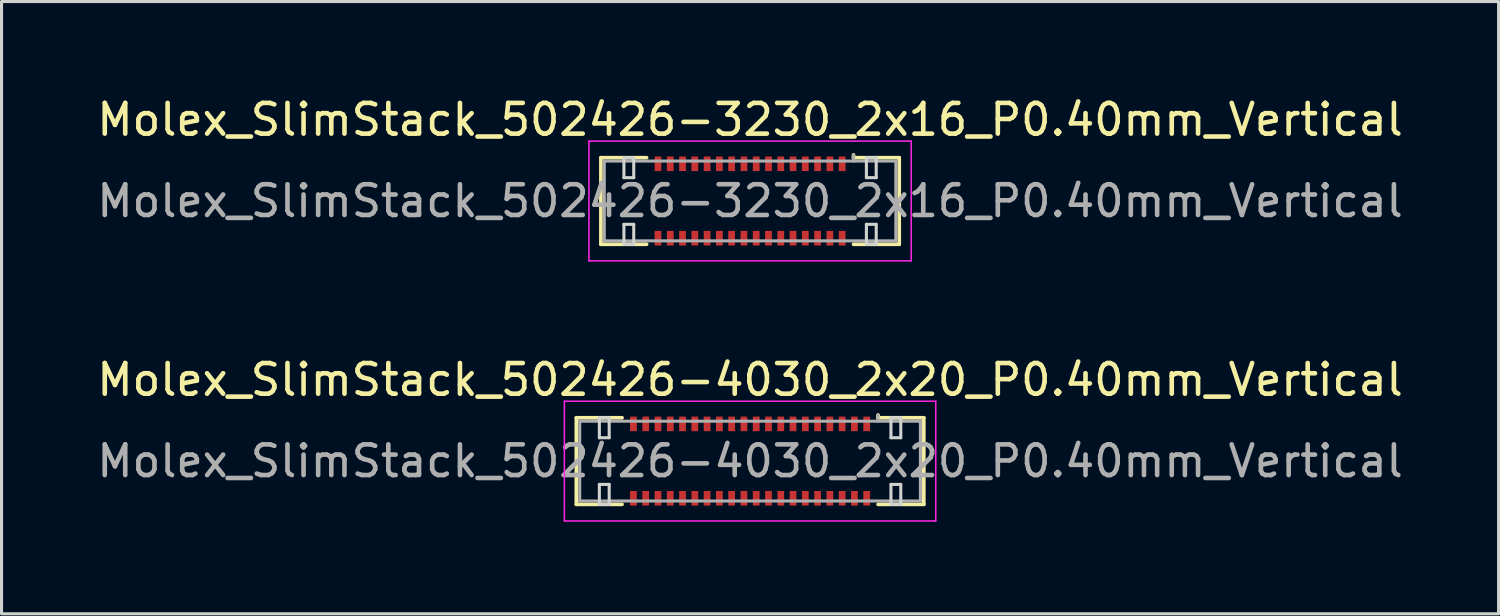
<source format=kicad_pcb>
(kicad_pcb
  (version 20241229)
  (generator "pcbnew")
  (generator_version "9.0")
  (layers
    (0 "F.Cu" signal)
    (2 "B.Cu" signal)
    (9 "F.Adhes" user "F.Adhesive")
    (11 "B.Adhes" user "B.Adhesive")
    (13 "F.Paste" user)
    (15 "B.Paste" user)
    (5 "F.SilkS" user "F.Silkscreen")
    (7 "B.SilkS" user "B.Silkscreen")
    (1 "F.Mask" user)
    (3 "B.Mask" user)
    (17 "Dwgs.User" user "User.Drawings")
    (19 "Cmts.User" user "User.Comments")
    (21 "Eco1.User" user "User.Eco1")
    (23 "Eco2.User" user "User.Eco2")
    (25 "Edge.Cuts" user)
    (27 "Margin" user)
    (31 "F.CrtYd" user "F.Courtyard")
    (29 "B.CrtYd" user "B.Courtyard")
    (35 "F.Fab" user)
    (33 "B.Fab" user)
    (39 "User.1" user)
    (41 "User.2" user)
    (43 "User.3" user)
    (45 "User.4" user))
  (footprint "Molex_SlimStack_502426-3230_2x16_P0.40mm_Vertical"
    (layer "F.Cu")
    (at 21.387 3.498)
    (property "Reference" "Molex_SlimStack_502426-3230_2x16_P0.40mm_Vertical" (at 0 -2.65 0) (layer "F.SilkS") (effects (font (size 1 1) (thickness 0.15))))
    (attr smd)
    (fp_line (start -4.86 -1.41) (end -3.37 -1.41) (stroke (width 0.12) (type solid)) (layer "F.SilkS"))
    (fp_line (start -4.86 1.41) (end -4.86 -1.41) (stroke (width 0.12) (type solid)) (layer "F.SilkS"))
    (fp_line (start -3.37 1.41) (end -4.86 1.41) (stroke (width 0.12) (type solid)) (layer "F.SilkS"))
    (fp_line (start 3.37 -1.41) (end 3.37 -1.5) (stroke (width 0.12) (type solid)) (layer "F.SilkS"))
    (fp_line (start 3.37 1.41) (end 4.86 1.41) (stroke (width 0.12) (type solid)) (layer "F.SilkS"))
    (fp_line (start 4.86 -1.41) (end 3.37 -1.41) (stroke (width 0.12) (type solid)) (layer "F.SilkS"))
    (fp_line (start 4.86 1.41) (end 4.86 -1.41) (stroke (width 0.12) (type solid)) (layer "F.SilkS"))
    (fp_line (start -4.11 -1.41) (end -4.11 -0.76) (stroke (width 0.1) (type solid)) (layer "Edge.Cuts"))
    (fp_line (start -4.11 -0.76) (end -3.79 -0.76) (stroke (width 0.1) (type solid)) (layer "Edge.Cuts"))
    (fp_line (start -4.11 0.76) (end -4.11 1.41) (stroke (width 0.1) (type solid)) (layer "Edge.Cuts"))
    (fp_line (start -4.11 1.41) (end -3.79 1.41) (stroke (width 0.1) (type solid)) (layer "Edge.Cuts"))
    (fp_line (start -3.79 -1.41) (end -4.11 -1.41) (stroke (width 0.1) (type solid)) (layer "Edge.Cuts"))
    (fp_line (start -3.79 -0.76) (end -3.79 -1.41) (stroke (width 0.1) (type solid)) (layer "Edge.Cuts"))
    (fp_line (start -3.79 0.76) (end -4.11 0.76) (stroke (width 0.1) (type solid)) (layer "Edge.Cuts"))
    (fp_line (start -3.79 1.41) (end -3.79 0.76) (stroke (width 0.1) (type solid)) (layer "Edge.Cuts"))
    (fp_line (start 3.79 -1.41) (end 3.79 -0.76) (stroke (width 0.1) (type solid)) (layer "Edge.Cuts"))
    (fp_line (start 3.79 -0.76) (end 4.11 -0.76) (stroke (width 0.1) (type solid)) (layer "Edge.Cuts"))
    (fp_line (start 3.79 0.76) (end 3.79 1.41) (stroke (width 0.1) (type solid)) (layer "Edge.Cuts"))
    (fp_line (start 3.79 1.41) (end 4.11 1.41) (stroke (width 0.1) (type solid)) (layer "Edge.Cuts"))
    (fp_line (start 4.11 -1.41) (end 3.79 -1.41) (stroke (width 0.1) (type solid)) (layer "Edge.Cuts"))
    (fp_line (start 4.11 -0.76) (end 4.11 -1.41) (stroke (width 0.1) (type solid)) (layer "Edge.Cuts"))
    (fp_line (start 4.11 0.76) (end 3.79 0.76) (stroke (width 0.1) (type solid)) (layer "Edge.Cuts"))
    (fp_line (start 4.11 1.41) (end 4.11 0.76) (stroke (width 0.1) (type solid)) (layer "Edge.Cuts"))
    (fp_line (start -5.25 -1.95) (end -5.25 1.95) (stroke (width 0.05) (type solid)) (layer "F.CrtYd"))
    (fp_line (start -5.25 1.95) (end 5.25 1.95) (stroke (width 0.05) (type solid)) (layer "F.CrtYd"))
    (fp_line (start 5.25 -1.95) (end -5.25 -1.95) (stroke (width 0.05) (type solid)) (layer "F.CrtYd"))
    (fp_line (start 5.25 1.95) (end 5.25 -1.95) (stroke (width 0.05) (type solid)) (layer "F.CrtYd"))
    (fp_line (start -4.75 -1.3) (end -4.75 1.3) (stroke (width 0.1) (type solid)) (layer "F.Fab"))
    (fp_line (start -4.75 1.3) (end 4.75 1.3) (stroke (width 0.1) (type solid)) (layer "F.Fab"))
    (fp_line (start 3.37 -1.3) (end 3.37 -1.5) (stroke (width 0.1) (type solid)) (layer "F.Fab"))
    (fp_line (start 4.75 -1.3) (end -4.75 -1.3) (stroke (width 0.1) (type solid)) (layer "F.Fab"))
    (fp_line (start 4.75 1.3) (end 4.75 -1.3) (stroke (width 0.1) (type solid)) (layer "F.Fab"))
    (fp_text user "${REFERENCE}" (at 0 0 0) (layer "F.Fab") (effects (font (size 1 1) (thickness 0.15))))
    (pad "1" smd rect (at 3 -1.212) (size 0.22 0.475) (layers "F.Cu" "F.Mask" "F.Paste"))
    (pad "2" smd rect (at 3 1.212) (size 0.22 0.475) (layers "F.Cu" "F.Mask" "F.Paste"))
    (pad "3" smd rect (at 2.6 -1.212) (size 0.22 0.475) (layers "F.Cu" "F.Mask" "F.Paste"))
    (pad "4" smd rect (at 2.6 1.212) (size 0.22 0.475) (layers "F.Cu" "F.Mask" "F.Paste"))
    (pad "5" smd rect (at 2.2 -1.212) (size 0.22 0.475) (layers "F.Cu" "F.Mask" "F.Paste"))
    (pad "6" smd rect (at 2.2 1.212) (size 0.22 0.475) (layers "F.Cu" "F.Mask" "F.Paste"))
    (pad "7" smd rect (at 1.8 -1.212) (size 0.22 0.475) (layers "F.Cu" "F.Mask" "F.Paste"))
    (pad "8" smd rect (at 1.8 1.212) (size 0.22 0.475) (layers "F.Cu" "F.Mask" "F.Paste"))
    (pad "9" smd rect (at 1.4 -1.212) (size 0.22 0.475) (layers "F.Cu" "F.Mask" "F.Paste"))
    (pad "10" smd rect (at 1.4 1.212) (size 0.22 0.475) (layers "F.Cu" "F.Mask" "F.Paste"))
    (pad "11" smd rect (at 1 -1.212) (size 0.22 0.475) (layers "F.Cu" "F.Mask" "F.Paste"))
    (pad "12" smd rect (at 1 1.212) (size 0.22 0.475) (layers "F.Cu" "F.Mask" "F.Paste"))
    (pad "13" smd rect (at 0.6 -1.212) (size 0.22 0.475) (layers "F.Cu" "F.Mask" "F.Paste"))
    (pad "14" smd rect (at 0.6 1.212) (size 0.22 0.475) (layers "F.Cu" "F.Mask" "F.Paste"))
    (pad "15" smd rect (at 0.2 -1.212) (size 0.22 0.475) (layers "F.Cu" "F.Mask" "F.Paste"))
    (pad "16" smd rect (at 0.2 1.212) (size 0.22 0.475) (layers "F.Cu" "F.Mask" "F.Paste"))
    (pad "17" smd rect (at -0.2 -1.212) (size 0.22 0.475) (layers "F.Cu" "F.Mask" "F.Paste"))
    (pad "18" smd rect (at -0.2 1.212) (size 0.22 0.475) (layers "F.Cu" "F.Mask" "F.Paste"))
    (pad "19" smd rect (at -0.6 -1.212) (size 0.22 0.475) (layers "F.Cu" "F.Mask" "F.Paste"))
    (pad "20" smd rect (at -0.6 1.212) (size 0.22 0.475) (layers "F.Cu" "F.Mask" "F.Paste"))
    (pad "21" smd rect (at -1 -1.212) (size 0.22 0.475) (layers "F.Cu" "F.Mask" "F.Paste"))
    (pad "22" smd rect (at -1 1.212) (size 0.22 0.475) (layers "F.Cu" "F.Mask" "F.Paste"))
    (pad "23" smd rect (at -1.4 -1.212) (size 0.22 0.475) (layers "F.Cu" "F.Mask" "F.Paste"))
    (pad "24" smd rect (at -1.4 1.212) (size 0.22 0.475) (layers "F.Cu" "F.Mask" "F.Paste"))
    (pad "25" smd rect (at -1.8 -1.212) (size 0.22 0.475) (layers "F.Cu" "F.Mask" "F.Paste"))
    (pad "26" smd rect (at -1.8 1.212) (size 0.22 0.475) (layers "F.Cu" "F.Mask" "F.Paste"))
    (pad "27" smd rect (at -2.2 -1.212) (size 0.22 0.475) (layers "F.Cu" "F.Mask" "F.Paste"))
    (pad "28" smd rect (at -2.2 1.212) (size 0.22 0.475) (layers "F.Cu" "F.Mask" "F.Paste"))
    (pad "29" smd rect (at -2.6 -1.212) (size 0.22 0.475) (layers "F.Cu" "F.Mask" "F.Paste"))
    (pad "30" smd rect (at -2.6 1.212) (size 0.22 0.475) (layers "F.Cu" "F.Mask" "F.Paste"))
    (pad "31" smd rect (at -3 -1.212) (size 0.22 0.475) (layers "F.Cu" "F.Mask" "F.Paste"))
    (pad "32" smd rect (at -3 1.212) (size 0.22 0.475) (layers "F.Cu" "F.Mask" "F.Paste")))
  (footprint "Molex_SlimStack_502426-4030_2x20_P0.40mm_Vertical"
    (layer "F.Cu")
    (at 21.387 11.972)
    (property "Reference" "Molex_SlimStack_502426-4030_2x20_P0.40mm_Vertical" (at 0 -2.65 0) (layer "F.SilkS") (effects (font (size 1 1) (thickness 0.15))))
    (attr smd)
    (fp_line (start -5.66 -1.41) (end -4.17 -1.41) (stroke (width 0.12) (type solid)) (layer "F.SilkS"))
    (fp_line (start -5.66 1.41) (end -5.66 -1.41) (stroke (width 0.12) (type solid)) (layer "F.SilkS"))
    (fp_line (start -4.17 1.41) (end -5.66 1.41) (stroke (width 0.12) (type solid)) (layer "F.SilkS"))
    (fp_line (start 4.17 -1.41) (end 4.17 -1.5) (stroke (width 0.12) (type solid)) (layer "F.SilkS"))
    (fp_line (start 4.17 1.41) (end 5.66 1.41) (stroke (width 0.12) (type solid)) (layer "F.SilkS"))
    (fp_line (start 5.66 -1.41) (end 4.17 -1.41) (stroke (width 0.12) (type solid)) (layer "F.SilkS"))
    (fp_line (start 5.66 1.41) (end 5.66 -1.41) (stroke (width 0.12) (type solid)) (layer "F.SilkS"))
    (fp_line (start -4.91 -1.41) (end -4.91 -0.76) (stroke (width 0.1) (type solid)) (layer "Edge.Cuts"))
    (fp_line (start -4.91 -0.76) (end -4.59 -0.76) (stroke (width 0.1) (type solid)) (layer "Edge.Cuts"))
    (fp_line (start -4.91 0.76) (end -4.91 1.41) (stroke (width 0.1) (type solid)) (layer "Edge.Cuts"))
    (fp_line (start -4.91 1.41) (end -4.59 1.41) (stroke (width 0.1) (type solid)) (layer "Edge.Cuts"))
    (fp_line (start -4.59 -1.41) (end -4.91 -1.41) (stroke (width 0.1) (type solid)) (layer "Edge.Cuts"))
    (fp_line (start -4.59 -0.76) (end -4.59 -1.41) (stroke (width 0.1) (type solid)) (layer "Edge.Cuts"))
    (fp_line (start -4.59 0.76) (end -4.91 0.76) (stroke (width 0.1) (type solid)) (layer "Edge.Cuts"))
    (fp_line (start -4.59 1.41) (end -4.59 0.76) (stroke (width 0.1) (type solid)) (layer "Edge.Cuts"))
    (fp_line (start 4.59 -1.41) (end 4.59 -0.76) (stroke (width 0.1) (type solid)) (layer "Edge.Cuts"))
    (fp_line (start 4.59 -0.76) (end 4.91 -0.76) (stroke (width 0.1) (type solid)) (layer "Edge.Cuts"))
    (fp_line (start 4.59 0.76) (end 4.59 1.41) (stroke (width 0.1) (type solid)) (layer "Edge.Cuts"))
    (fp_line (start 4.59 1.41) (end 4.91 1.41) (stroke (width 0.1) (type solid)) (layer "Edge.Cuts"))
    (fp_line (start 4.91 -1.41) (end 4.59 -1.41) (stroke (width 0.1) (type solid)) (layer "Edge.Cuts"))
    (fp_line (start 4.91 -0.76) (end 4.91 -1.41) (stroke (width 0.1) (type solid)) (layer "Edge.Cuts"))
    (fp_line (start 4.91 0.76) (end 4.59 0.76) (stroke (width 0.1) (type solid)) (layer "Edge.Cuts"))
    (fp_line (start 4.91 1.41) (end 4.91 0.76) (stroke (width 0.1) (type solid)) (layer "Edge.Cuts"))
    (fp_line (start -6.05 -1.95) (end -6.05 1.95) (stroke (width 0.05) (type solid)) (layer "F.CrtYd"))
    (fp_line (start -6.05 1.95) (end 6.05 1.95) (stroke (width 0.05) (type solid)) (layer "F.CrtYd"))
    (fp_line (start 6.05 -1.95) (end -6.05 -1.95) (stroke (width 0.05) (type solid)) (layer "F.CrtYd"))
    (fp_line (start 6.05 1.95) (end 6.05 -1.95) (stroke (width 0.05) (type solid)) (layer "F.CrtYd"))
    (fp_line (start -5.55 -1.3) (end -5.55 1.3) (stroke (width 0.1) (type solid)) (layer "F.Fab"))
    (fp_line (start -5.55 1.3) (end 5.55 1.3) (stroke (width 0.1) (type solid)) (layer "F.Fab"))
    (fp_line (start 4.17 -1.3) (end 4.17 -1.5) (stroke (width 0.1) (type solid)) (layer "F.Fab"))
    (fp_line (start 5.55 -1.3) (end -5.55 -1.3) (stroke (width 0.1) (type solid)) (layer "F.Fab"))
    (fp_line (start 5.55 1.3) (end 5.55 -1.3) (stroke (width 0.1) (type solid)) (layer "F.Fab"))
    (fp_text user "${REFERENCE}" (at 0 0 0) (layer "F.Fab") (effects (font (size 1 1) (thickness 0.15))))
    (pad "1" smd rect (at 3.8 -1.212) (size 0.22 0.475) (layers "F.Cu" "F.Mask" "F.Paste"))
    (pad "2" smd rect (at 3.8 1.212) (size 0.22 0.475) (layers "F.Cu" "F.Mask" "F.Paste"))
    (pad "3" smd rect (at 3.4 -1.212) (size 0.22 0.475) (layers "F.Cu" "F.Mask" "F.Paste"))
    (pad "4" smd rect (at 3.4 1.212) (size 0.22 0.475) (layers "F.Cu" "F.Mask" "F.Paste"))
    (pad "5" smd rect (at 3 -1.212) (size 0.22 0.475) (layers "F.Cu" "F.Mask" "F.Paste"))
    (pad "6" smd rect (at 3 1.212) (size 0.22 0.475) (layers "F.Cu" "F.Mask" "F.Paste"))
    (pad "7" smd rect (at 2.6 -1.212) (size 0.22 0.475) (layers "F.Cu" "F.Mask" "F.Paste"))
    (pad "8" smd rect (at 2.6 1.212) (size 0.22 0.475) (layers "F.Cu" "F.Mask" "F.Paste"))
    (pad "9" smd rect (at 2.2 -1.212) (size 0.22 0.475) (layers "F.Cu" "F.Mask" "F.Paste"))
    (pad "10" smd rect (at 2.2 1.212) (size 0.22 0.475) (layers "F.Cu" "F.Mask" "F.Paste"))
    (pad "11" smd rect (at 1.8 -1.212) (size 0.22 0.475) (layers "F.Cu" "F.Mask" "F.Paste"))
    (pad "12" smd rect (at 1.8 1.212) (size 0.22 0.475) (layers "F.Cu" "F.Mask" "F.Paste"))
    (pad "13" smd rect (at 1.4 -1.212) (size 0.22 0.475) (layers "F.Cu" "F.Mask" "F.Paste"))
    (pad "14" smd rect (at 1.4 1.212) (size 0.22 0.475) (layers "F.Cu" "F.Mask" "F.Paste"))
    (pad "15" smd rect (at 1 -1.212) (size 0.22 0.475) (layers "F.Cu" "F.Mask" "F.Paste"))
    (pad "16" smd rect (at 1 1.212) (size 0.22 0.475) (layers "F.Cu" "F.Mask" "F.Paste"))
    (pad "17" smd rect (at 0.6 -1.212) (size 0.22 0.475) (layers "F.Cu" "F.Mask" "F.Paste"))
    (pad "18" smd rect (at 0.6 1.212) (size 0.22 0.475) (layers "F.Cu" "F.Mask" "F.Paste"))
    (pad "19" smd rect (at 0.2 -1.212) (size 0.22 0.475) (layers "F.Cu" "F.Mask" "F.Paste"))
    (pad "20" smd rect (at 0.2 1.212) (size 0.22 0.475) (layers "F.Cu" "F.Mask" "F.Paste"))
    (pad "21" smd rect (at -0.2 -1.212) (size 0.22 0.475) (layers "F.Cu" "F.Mask" "F.Paste"))
    (pad "22" smd rect (at -0.2 1.212) (size 0.22 0.475) (layers "F.Cu" "F.Mask" "F.Paste"))
    (pad "23" smd rect (at -0.6 -1.212) (size 0.22 0.475) (layers "F.Cu" "F.Mask" "F.Paste"))
    (pad "24" smd rect (at -0.6 1.212) (size 0.22 0.475) (layers "F.Cu" "F.Mask" "F.Paste"))
    (pad "25" smd rect (at -1 -1.212) (size 0.22 0.475) (layers "F.Cu" "F.Mask" "F.Paste"))
    (pad "26" smd rect (at -1 1.212) (size 0.22 0.475) (layers "F.Cu" "F.Mask" "F.Paste"))
    (pad "27" smd rect (at -1.4 -1.212) (size 0.22 0.475) (layers "F.Cu" "F.Mask" "F.Paste"))
    (pad "28" smd rect (at -1.4 1.212) (size 0.22 0.475) (layers "F.Cu" "F.Mask" "F.Paste"))
    (pad "29" smd rect (at -1.8 -1.212) (size 0.22 0.475) (layers "F.Cu" "F.Mask" "F.Paste"))
    (pad "30" smd rect (at -1.8 1.212) (size 0.22 0.475) (layers "F.Cu" "F.Mask" "F.Paste"))
    (pad "31" smd rect (at -2.2 -1.212) (size 0.22 0.475) (layers "F.Cu" "F.Mask" "F.Paste"))
    (pad "32" smd rect (at -2.2 1.212) (size 0.22 0.475) (layers "F.Cu" "F.Mask" "F.Paste"))
    (pad "33" smd rect (at -2.6 -1.212) (size 0.22 0.475) (layers "F.Cu" "F.Mask" "F.Paste"))
    (pad "34" smd rect (at -2.6 1.212) (size 0.22 0.475) (layers "F.Cu" "F.Mask" "F.Paste"))
    (pad "35" smd rect (at -3 -1.212) (size 0.22 0.475) (layers "F.Cu" "F.Mask" "F.Paste"))
    (pad "36" smd rect (at -3 1.212) (size 0.22 0.475) (layers "F.Cu" "F.Mask" "F.Paste"))
    (pad "37" smd rect (at -3.4 -1.212) (size 0.22 0.475) (layers "F.Cu" "F.Mask" "F.Paste"))
    (pad "38" smd rect (at -3.4 1.212) (size 0.22 0.475) (layers "F.Cu" "F.Mask" "F.Paste"))
    (pad "39" smd rect (at -3.8 -1.212) (size 0.22 0.475) (layers "F.Cu" "F.Mask" "F.Paste"))
    (pad "40" smd rect (at -3.8 1.212) (size 0.22 0.475) (layers "F.Cu" "F.Mask" "F.Paste")))
  (gr_rect
    (start -3 -3)
    (end 45.774 16.947)
    (stroke (width 0.1) (type default))
    (fill no)
    (layer "Edge.Cuts")))
</source>
